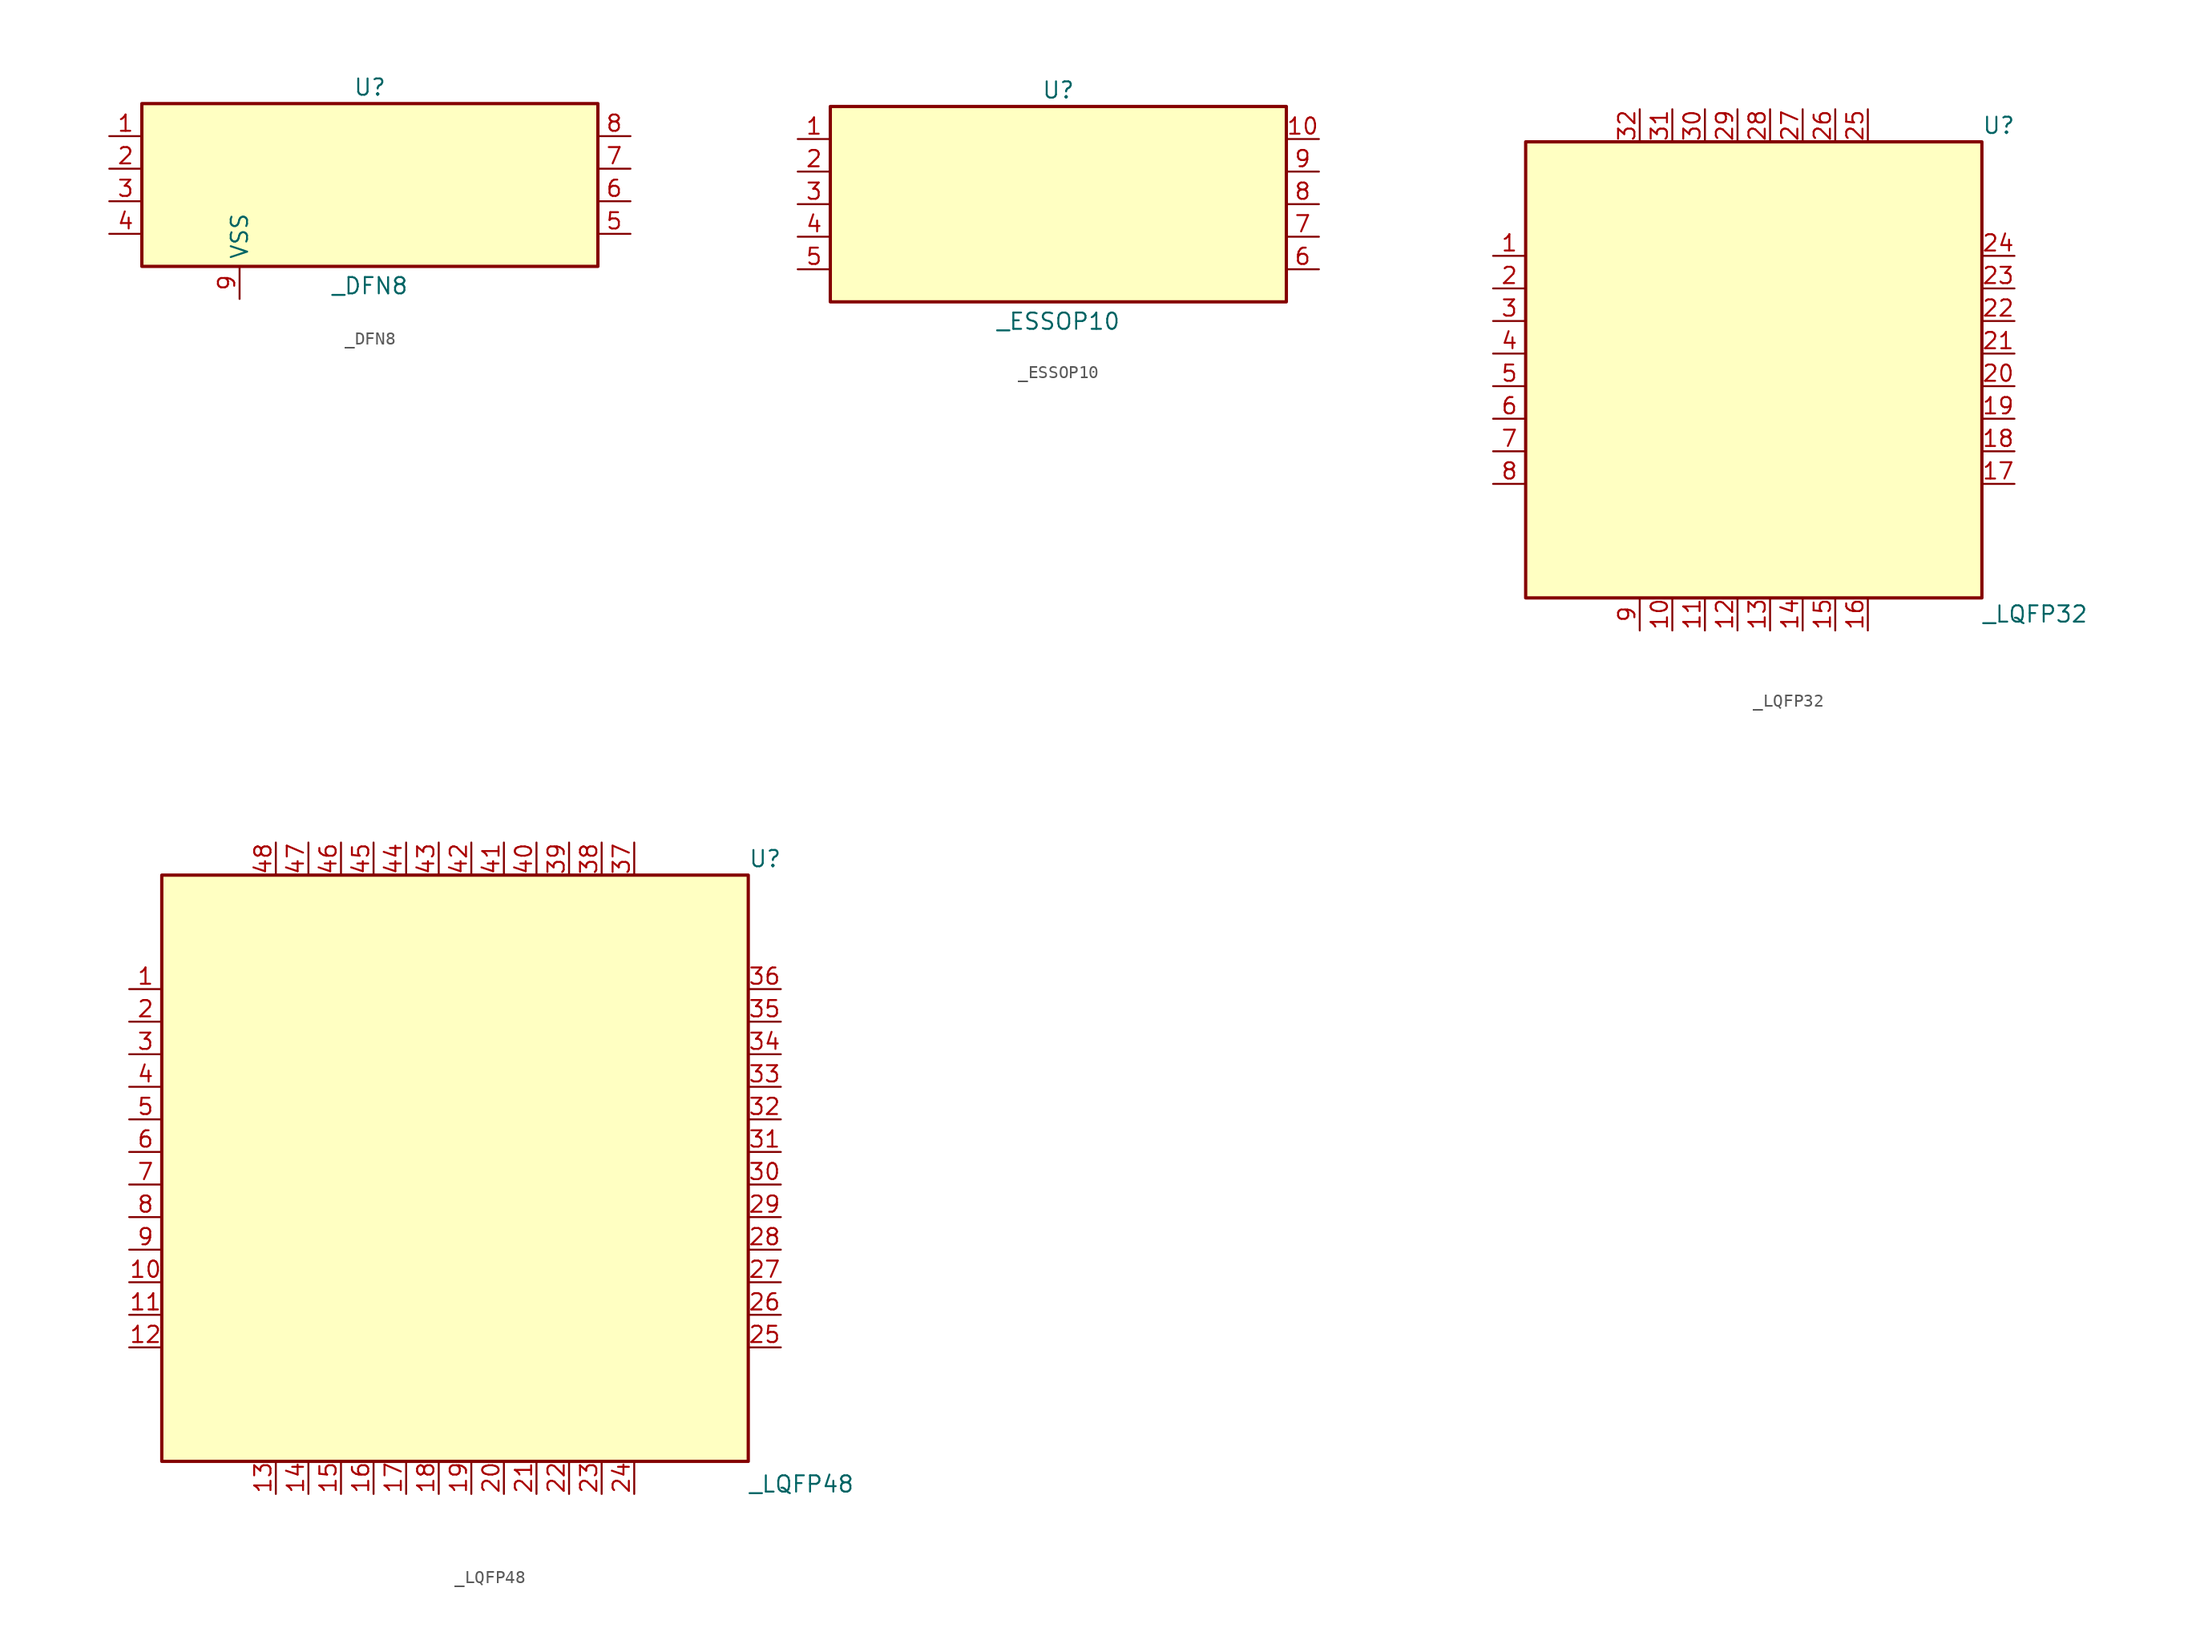
<source format=kicad_sym>
(kicad_symbol_lib
  (version 20241209)
  (generator "kicad_symbol_editor")
  (generator_version "9.0")
  (symbol "_DFN8"
    (property "Reference" "U"
      (at 0 7.62 0)
      (effects (font (size 1.27 1.27))))
    (property "Value" "_DFN8"
      (at 0 -7.874 0)
      (effects (font (size 1.27 1.27))))
    (symbol "_DFN8_0_0"
      (pin unspecified line (at -20.32 -1.27 0) (length 2.54) (name "" (effects (font (size 1.27 1.27)))) (number "3" (effects (font (size 1.27 1.27)))))
      (pin unspecified line (at -20.32 -3.81 0) (length 2.54) (name "" (effects (font (size 1.27 1.27)))) (number "4" (effects (font (size 1.27 1.27)))))
      (pin unspecified line (at 20.32 3.81 180) (length 2.54) (name "" (effects (font (size 1.27 1.27)))) (number "8" (effects (font (size 1.27 1.27)))))
      (pin unspecified line (at 20.32 1.27 180) (length 2.54) (name "" (effects (font (size 1.27 1.27)))) (number "7" (effects (font (size 1.27 1.27)))))
      (pin unspecified line (at 20.32 -1.27 180) (length 2.54) (name "" (effects (font (size 1.27 1.27)))) (number "6" (effects (font (size 1.27 1.27)))))
      (pin unspecified line (at 20.32 -3.81 180) (length 2.54) (name "" (effects (font (size 1.27 1.27)))) (number "5" (effects (font (size 1.27 1.27))))))
    (symbol "_DFN8_1_0"
      (pin unspecified line (at -20.32 3.81 0) (length 2.54) (name "" (effects (font (size 1.27 1.27)))) (number "1" (effects (font (size 1.27 1.27)))))
      (pin unspecified line (at -20.32 1.27 0) (length 2.54) (name "" (effects (font (size 1.27 1.27)))) (number "2" (effects (font (size 1.27 1.27)))))
      (pin unspecified line (at -10.16 -8.89 90) (length 2.54) (name "VSS" (effects (font (size 1.27 1.27)))) (number "9" (effects (font (size 1.27 1.27))))))
    (symbol "_DFN8_1_1"
      (rectangle (start -17.78 6.35) (end 17.78 -6.35) (stroke (width 0.254) (type solid)) (fill (type background)))))
  (symbol "_ESSOP10"
    (property "Reference" "U"
      (at 0 8.89 0)
      (effects (font (size 1.27 1.27))))
    (property "Value" "_ESSOP10"
      (at 0 -9.144 0)
      (effects (font (size 1.27 1.27))))
    (symbol "_ESSOP10_0_0"
      (pin unspecified line (at -20.32 5.08 0) (length 2.54) (name "" (effects (font (size 1.27 1.27)))) (number "1" (effects (font (size 1.27 1.27)))))
      (pin unspecified line (at -20.32 2.54 0) (length 2.54) (name "" (effects (font (size 1.27 1.27)))) (number "2" (effects (font (size 1.27 1.27)))))
      (pin unspecified line (at -20.32 0 0) (length 2.54) (name "" (effects (font (size 1.27 1.27)))) (number "3" (effects (font (size 1.27 1.27)))))
      (pin unspecified line (at -20.32 -2.54 0) (length 2.54) (name "" (effects (font (size 1.27 1.27)))) (number "4" (effects (font (size 1.27 1.27)))))
      (pin unspecified line (at -20.32 -5.08 0) (length 2.54) (name "" (effects (font (size 1.27 1.27)))) (number "5" (effects (font (size 1.27 1.27)))))
      (pin unspecified line (at 20.32 5.08 180) (length 2.54) (name "" (effects (font (size 1.27 1.27)))) (number "10" (effects (font (size 1.27 1.27)))))
      (pin unspecified line (at 20.32 2.54 180) (length 2.54) (name "" (effects (font (size 1.27 1.27)))) (number "9" (effects (font (size 1.27 1.27)))))
      (pin unspecified line (at 20.32 0 180) (length 2.54) (name "" (effects (font (size 1.27 1.27)))) (number "8" (effects (font (size 1.27 1.27)))))
      (pin unspecified line (at 20.32 -2.54 180) (length 2.54) (name "" (effects (font (size 1.27 1.27)))) (number "7" (effects (font (size 1.27 1.27)))))
      (pin unspecified line (at 20.32 -5.08 180) (length 2.54) (name "" (effects (font (size 1.27 1.27)))) (number "6" (effects (font (size 1.27 1.27))))))
    (symbol "_ESSOP10_1_1"
      (rectangle (start -17.78 7.62) (end 17.78 -7.62) (stroke (width 0.254) (type solid)) (fill (type background)))))
  (symbol "_LQFP32"
    (property "Reference" "U"
      (at 17.78 19.05 0)
      (effects (font (size 1.27 1.27)) (justify left)))
    (property "Value" "_LQFP32"
      (at 17.78 -19.05 0)
      (effects (font (size 1.27 1.27)) (justify left)))
    (symbol "_LQFP32_0_0"
      (pin unspecified line (at -20.32 8.89 0) (length 2.54) (name "" (effects (font (size 1.27 1.27)))) (number "1" (effects (font (size 1.27 1.27)))))
      (pin unspecified line (at -20.32 6.35 0) (length 2.54) (name "" (effects (font (size 1.27 1.27)))) (number "2" (effects (font (size 1.27 1.27)))))
      (pin unspecified line (at -20.32 3.81 0) (length 2.54) (name "" (effects (font (size 1.27 1.27)))) (number "3" (effects (font (size 1.27 1.27)))))
      (pin unspecified line (at -20.32 1.27 0) (length 2.54) (name "" (effects (font (size 1.27 1.27)))) (number "4" (effects (font (size 1.27 1.27)))))
      (pin unspecified line (at -20.32 -1.27 0) (length 2.54) (name "" (effects (font (size 1.27 1.27)))) (number "5" (effects (font (size 1.27 1.27)))))
      (pin unspecified line (at -20.32 -3.81 0) (length 2.54) (name "" (effects (font (size 1.27 1.27)))) (number "6" (effects (font (size 1.27 1.27)))))
      (pin unspecified line (at -20.32 -6.35 0) (length 2.54) (name "" (effects (font (size 1.27 1.27)))) (number "7" (effects (font (size 1.27 1.27)))))
      (pin unspecified line (at -20.32 -8.89 0) (length 2.54) (name "" (effects (font (size 1.27 1.27)))) (number "8" (effects (font (size 1.27 1.27)))))
      (pin unspecified line (at -8.89 20.32 270) (length 2.54) (name "" (effects (font (size 1.27 1.27)))) (number "32" (effects (font (size 1.27 1.27)))))
      (pin unspecified line (at -8.89 -20.32 90) (length 2.54) (name "" (effects (font (size 1.27 1.27)))) (number "9" (effects (font (size 1.27 1.27)))))
      (pin unspecified line (at -6.35 20.32 270) (length 2.54) (name "" (effects (font (size 1.27 1.27)))) (number "31" (effects (font (size 1.27 1.27)))))
      (pin unspecified line (at -6.35 -20.32 90) (length 2.54) (name "" (effects (font (size 1.27 1.27)))) (number "10" (effects (font (size 1.27 1.27)))))
      (pin unspecified line (at -3.81 20.32 270) (length 2.54) (name "" (effects (font (size 1.27 1.27)))) (number "30" (effects (font (size 1.27 1.27)))))
      (pin unspecified line (at -3.81 -20.32 90) (length 2.54) (name "" (effects (font (size 1.27 1.27)))) (number "11" (effects (font (size 1.27 1.27)))))
      (pin unspecified line (at -1.27 20.32 270) (length 2.54) (name "" (effects (font (size 1.27 1.27)))) (number "29" (effects (font (size 1.27 1.27)))))
      (pin unspecified line (at -1.27 -20.32 90) (length 2.54) (name "" (effects (font (size 1.27 1.27)))) (number "12" (effects (font (size 1.27 1.27)))))
      (pin unspecified line (at 1.27 20.32 270) (length 2.54) (name "" (effects (font (size 1.27 1.27)))) (number "28" (effects (font (size 1.27 1.27)))))
      (pin unspecified line (at 1.27 -20.32 90) (length 2.54) (name "" (effects (font (size 1.27 1.27)))) (number "13" (effects (font (size 1.27 1.27)))))
      (pin unspecified line (at 3.81 20.32 270) (length 2.54) (name "" (effects (font (size 1.27 1.27)))) (number "27" (effects (font (size 1.27 1.27)))))
      (pin unspecified line (at 3.81 -20.32 90) (length 2.54) (name "" (effects (font (size 1.27 1.27)))) (number "14" (effects (font (size 1.27 1.27)))))
      (pin unspecified line (at 6.35 20.32 270) (length 2.54) (name "" (effects (font (size 1.27 1.27)))) (number "26" (effects (font (size 1.27 1.27)))))
      (pin unspecified line (at 6.35 -20.32 90) (length 2.54) (name "" (effects (font (size 1.27 1.27)))) (number "15" (effects (font (size 1.27 1.27)))))
      (pin unspecified line (at 8.89 -20.32 90) (length 2.54) (name "" (effects (font (size 1.27 1.27)))) (number "16" (effects (font (size 1.27 1.27)))))
      (pin unspecified line (at 20.32 6.35 180) (length 2.54) (name "" (effects (font (size 1.27 1.27)))) (number "23" (effects (font (size 1.27 1.27)))))
      (pin unspecified line (at 20.32 3.81 180) (length 2.54) (name "" (effects (font (size 1.27 1.27)))) (number "22" (effects (font (size 1.27 1.27)))))
      (pin unspecified line (at 20.32 1.27 180) (length 2.54) (name "" (effects (font (size 1.27 1.27)))) (number "21" (effects (font (size 1.27 1.27)))))
      (pin unspecified line (at 20.32 -1.27 180) (length 2.54) (name "" (effects (font (size 1.27 1.27)))) (number "20" (effects (font (size 1.27 1.27)))))
      (pin unspecified line (at 20.32 -3.81 180) (length 2.54) (name "" (effects (font (size 1.27 1.27)))) (number "19" (effects (font (size 1.27 1.27)))))
      (pin unspecified line (at 20.32 -6.35 180) (length 2.54) (name "" (effects (font (size 1.27 1.27)))) (number "18" (effects (font (size 1.27 1.27)))))
      (pin unspecified line (at 20.32 -8.89 180) (length 2.54) (name "" (effects (font (size 1.27 1.27)))) (number "17" (effects (font (size 1.27 1.27))))))
    (symbol "_LQFP32_1_0"
      (pin unspecified line (at 8.89 20.32 270) (length 2.54) (name "" (effects (font (size 1.27 1.27)))) (number "25" (effects (font (size 1.27 1.27)))))
      (pin unspecified line (at 20.32 8.89 180) (length 2.54) (name "" (effects (font (size 1.27 1.27)))) (number "24" (effects (font (size 1.27 1.27))))))
    (symbol "_LQFP32_1_1"
      (rectangle (start -17.78 17.78) (end 17.78 -17.78) (stroke (width 0.254) (type solid)) (fill (type background)))))
  (symbol "_LQFP48"
    (property "Reference" "U"
      (at 22.86 24.13 0)
      (effects (font (size 1.27 1.27)) (justify left)))
    (property "Value" "_LQFP48"
      (at 22.86 -24.638 0)
      (effects (font (size 1.27 1.27)) (justify left)))
    (symbol "_LQFP48_0_0"
      (pin unspecified line (at -25.4 13.97 0) (length 2.54) (name "" (effects (font (size 1.27 1.27)))) (number "1" (effects (font (size 1.27 1.27)))))
      (pin unspecified line (at -25.4 11.43 0) (length 2.54) (name "" (effects (font (size 1.27 1.27)))) (number "2" (effects (font (size 1.27 1.27)))))
      (pin unspecified line (at -25.4 8.89 0) (length 2.54) (name "" (effects (font (size 1.27 1.27)))) (number "3" (effects (font (size 1.27 1.27)))))
      (pin unspecified line (at -25.4 6.35 0) (length 2.54) (name "" (effects (font (size 1.27 1.27)))) (number "4" (effects (font (size 1.27 1.27)))))
      (pin unspecified line (at -25.4 3.81 0) (length 2.54) (name "" (effects (font (size 1.27 1.27)))) (number "5" (effects (font (size 1.27 1.27)))))
      (pin unspecified line (at -25.4 1.27 0) (length 2.54) (name "" (effects (font (size 1.27 1.27)))) (number "6" (effects (font (size 1.27 1.27)))))
      (pin unspecified line (at -25.4 -1.27 0) (length 2.54) (name "" (effects (font (size 1.27 1.27)))) (number "7" (effects (font (size 1.27 1.27)))))
      (pin unspecified line (at -25.4 -3.81 0) (length 2.54) (name "" (effects (font (size 1.27 1.27)))) (number "8" (effects (font (size 1.27 1.27)))))
      (pin unspecified line (at -25.4 -6.35 0) (length 2.54) (name "" (effects (font (size 1.27 1.27)))) (number "9" (effects (font (size 1.27 1.27)))))
      (pin unspecified line (at -25.4 -8.89 0) (length 2.54) (name "" (effects (font (size 1.27 1.27)))) (number "10" (effects (font (size 1.27 1.27)))))
      (pin unspecified line (at -25.4 -11.43 0) (length 2.54) (name "" (effects (font (size 1.27 1.27)))) (number "11" (effects (font (size 1.27 1.27)))))
      (pin unspecified line (at -25.4 -13.97 0) (length 2.54) (name "" (effects (font (size 1.27 1.27)))) (number "12" (effects (font (size 1.27 1.27)))))
      (pin unspecified line (at -13.97 25.4 270) (length 2.54) (name "" (effects (font (size 1.27 1.27)))) (number "48" (effects (font (size 1.27 1.27)))))
      (pin unspecified line (at -13.97 -25.4 90) (length 2.54) (name "" (effects (font (size 1.27 1.27)))) (number "13" (effects (font (size 1.27 1.27)))))
      (pin unspecified line (at -11.43 25.4 270) (length 2.54) (name "" (effects (font (size 1.27 1.27)))) (number "47" (effects (font (size 1.27 1.27)))))
      (pin unspecified line (at -11.43 -25.4 90) (length 2.54) (name "" (effects (font (size 1.27 1.27)))) (number "14" (effects (font (size 1.27 1.27)))))
      (pin unspecified line (at -8.89 25.4 270) (length 2.54) (name "" (effects (font (size 1.27 1.27)))) (number "46" (effects (font (size 1.27 1.27)))))
      (pin unspecified line (at -8.89 -25.4 90) (length 2.54) (name "" (effects (font (size 1.27 1.27)))) (number "15" (effects (font (size 1.27 1.27)))))
      (pin unspecified line (at -6.35 25.4 270) (length 2.54) (name "" (effects (font (size 1.27 1.27)))) (number "45" (effects (font (size 1.27 1.27)))))
      (pin unspecified line (at -6.35 -25.4 90) (length 2.54) (name "" (effects (font (size 1.27 1.27)))) (number "16" (effects (font (size 1.27 1.27)))))
      (pin unspecified line (at -3.81 25.4 270) (length 2.54) (name "" (effects (font (size 1.27 1.27)))) (number "44" (effects (font (size 1.27 1.27)))))
      (pin unspecified line (at -3.81 -25.4 90) (length 2.54) (name "" (effects (font (size 1.27 1.27)))) (number "17" (effects (font (size 1.27 1.27)))))
      (pin unspecified line (at -1.27 25.4 270) (length 2.54) (name "" (effects (font (size 1.27 1.27)))) (number "43" (effects (font (size 1.27 1.27)))))
      (pin unspecified line (at -1.27 -25.4 90) (length 2.54) (name "" (effects (font (size 1.27 1.27)))) (number "18" (effects (font (size 1.27 1.27)))))
      (pin unspecified line (at 1.27 25.4 270) (length 2.54) (name "" (effects (font (size 1.27 1.27)))) (number "42" (effects (font (size 1.27 1.27)))))
      (pin unspecified line (at 1.27 -25.4 90) (length 2.54) (name "" (effects (font (size 1.27 1.27)))) (number "19" (effects (font (size 1.27 1.27)))))
      (pin unspecified line (at 3.81 -25.4 90) (length 2.54) (name "" (effects (font (size 1.27 1.27)))) (number "20" (effects (font (size 1.27 1.27)))))
      (pin unspecified line (at 6.35 -25.4 90) (length 2.54) (name "" (effects (font (size 1.27 1.27)))) (number "21" (effects (font (size 1.27 1.27)))))
      (pin unspecified line (at 8.89 25.4 270) (length 2.54) (name "" (effects (font (size 1.27 1.27)))) (number "39" (effects (font (size 1.27 1.27)))))
      (pin unspecified line (at 8.89 -25.4 90) (length 2.54) (name "" (effects (font (size 1.27 1.27)))) (number "22" (effects (font (size 1.27 1.27)))))
      (pin unspecified line (at 11.43 25.4 270) (length 2.54) (name "" (effects (font (size 1.27 1.27)))) (number "38" (effects (font (size 1.27 1.27)))))
      (pin unspecified line (at 11.43 -25.4 90) (length 2.54) (name "" (effects (font (size 1.27 1.27)))) (number "23" (effects (font (size 1.27 1.27)))))
      (pin unspecified line (at 13.97 25.4 270) (length 2.54) (name "" (effects (font (size 1.27 1.27)))) (number "37" (effects (font (size 1.27 1.27)))))
      (pin unspecified line (at 25.4 13.97 180) (length 2.54) (name "" (effects (font (size 1.27 1.27)))) (number "36" (effects (font (size 1.27 1.27)))))
      (pin unspecified line (at 25.4 11.43 180) (length 2.54) (name "" (effects (font (size 1.27 1.27)))) (number "35" (effects (font (size 1.27 1.27)))))
      (pin unspecified line (at 25.4 8.89 180) (length 2.54) (name "" (effects (font (size 1.27 1.27)))) (number "34" (effects (font (size 1.27 1.27)))))
      (pin unspecified line (at 25.4 6.35 180) (length 2.54) (name "" (effects (font (size 1.27 1.27)))) (number "33" (effects (font (size 1.27 1.27)))))
      (pin unspecified line (at 25.4 3.81 180) (length 2.54) (name "" (effects (font (size 1.27 1.27)))) (number "32" (effects (font (size 1.27 1.27)))))
      (pin unspecified line (at 25.4 1.27 180) (length 2.54) (name "" (effects (font (size 1.27 1.27)))) (number "31" (effects (font (size 1.27 1.27)))))
      (pin unspecified line (at 25.4 -1.27 180) (length 2.54) (name "" (effects (font (size 1.27 1.27)))) (number "30" (effects (font (size 1.27 1.27)))))
      (pin unspecified line (at 25.4 -3.81 180) (length 2.54) (name "" (effects (font (size 1.27 1.27)))) (number "29" (effects (font (size 1.27 1.27)))))
      (pin unspecified line (at 25.4 -6.35 180) (length 2.54) (name "" (effects (font (size 1.27 1.27)))) (number "28" (effects (font (size 1.27 1.27)))))
      (pin unspecified line (at 25.4 -8.89 180) (length 2.54) (name "" (effects (font (size 1.27 1.27)))) (number "27" (effects (font (size 1.27 1.27)))))
      (pin unspecified line (at 25.4 -11.43 180) (length 2.54) (name "" (effects (font (size 1.27 1.27)))) (number "26" (effects (font (size 1.27 1.27))))))
    (symbol "_LQFP48_1_0"
      (pin unspecified line (at 3.81 25.4 270) (length 2.54) (name "" (effects (font (size 1.27 1.27)))) (number "41" (effects (font (size 1.27 1.27)))))
      (pin unspecified line (at 6.35 25.4 270) (length 2.54) (name "" (effects (font (size 1.27 1.27)))) (number "40" (effects (font (size 1.27 1.27)))))
      (pin unspecified line (at 13.97 -25.4 90) (length 2.54) (name "" (effects (font (size 1.27 1.27)))) (number "24" (effects (font (size 1.27 1.27)))))
      (pin unspecified line (at 25.4 -13.97 180) (length 2.54) (name "" (effects (font (size 1.27 1.27)))) (number "25" (effects (font (size 1.27 1.27))))))
    (symbol "_LQFP48_1_1"
      (rectangle (start -22.86 22.86) (end 22.86 -22.86) (stroke (width 0.254) (type solid)) (fill (type background))))))
</source>
